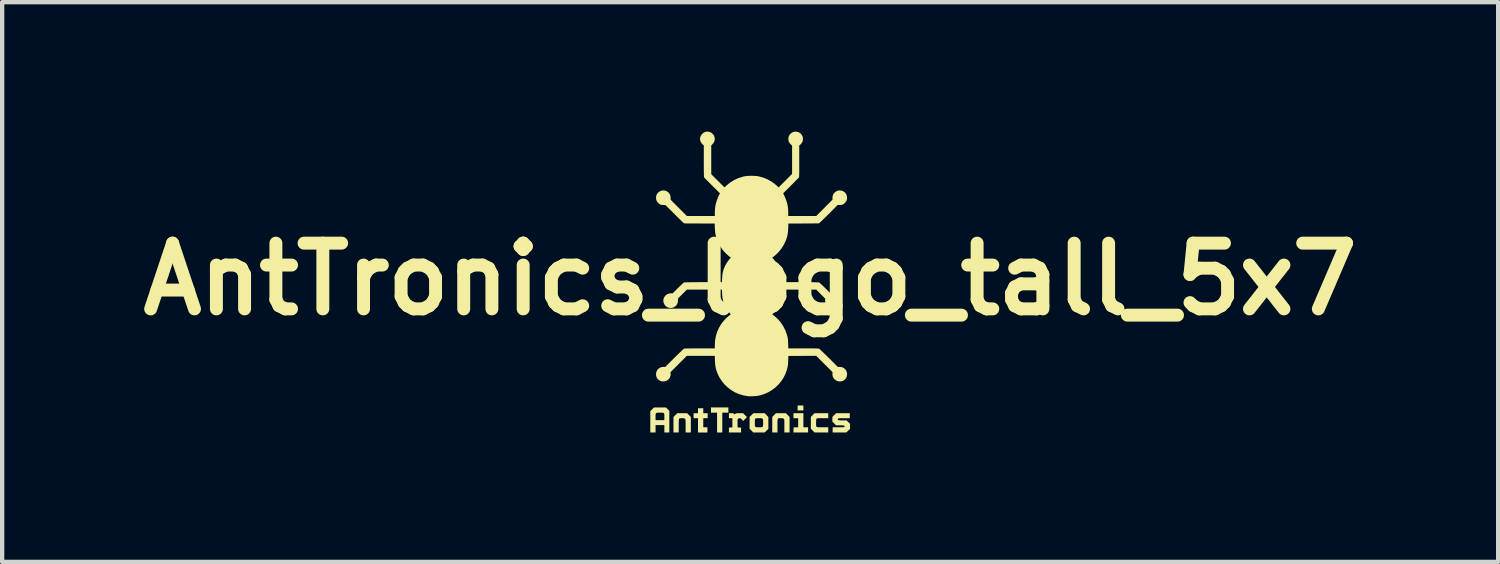
<source format=kicad_pcb>
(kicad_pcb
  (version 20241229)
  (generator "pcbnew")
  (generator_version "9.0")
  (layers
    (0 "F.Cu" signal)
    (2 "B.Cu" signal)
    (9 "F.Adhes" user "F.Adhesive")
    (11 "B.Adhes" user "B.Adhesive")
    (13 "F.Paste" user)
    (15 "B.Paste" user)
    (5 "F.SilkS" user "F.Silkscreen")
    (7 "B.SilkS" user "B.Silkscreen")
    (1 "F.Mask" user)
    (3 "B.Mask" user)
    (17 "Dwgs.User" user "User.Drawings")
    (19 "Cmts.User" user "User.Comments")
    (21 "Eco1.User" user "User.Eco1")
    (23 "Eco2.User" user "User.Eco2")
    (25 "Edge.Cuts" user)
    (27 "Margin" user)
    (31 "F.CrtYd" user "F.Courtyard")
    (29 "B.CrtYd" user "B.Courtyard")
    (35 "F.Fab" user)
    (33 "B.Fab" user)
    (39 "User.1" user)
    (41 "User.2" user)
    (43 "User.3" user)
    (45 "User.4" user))
  (footprint "AntTronics_logo_tall_5x7"
    (layer "F.Cu")
    (at 14.34 3.421)
    (property "Reference" "AntTronics_logo_tall_5x7" (at 0 0 0) (layer "F.SilkS") (effects (font (size 1.524 1.524) (thickness 0.3))))
    (attr board_only exclude_from_pos_files exclude_from_bom)
    (fp_poly (pts (xy 1.234 3.044) (xy 1.1 3.044) (xy 1.1 2.929) (xy 1.234 2.929)) (stroke (width 0) (type solid)) (fill yes) (layer "F.SilkS"))
    (fp_poly (pts (xy -0.505 3.095) (xy -0.646 3.095) (xy -0.646 3.555) (xy -0.767 3.555) (xy -0.767 3.095) (xy -0.908 3.095) (xy -0.908 2.974) (xy -0.505 2.974)) (stroke (width 0) (type solid)) (fill yes) (layer "F.SilkS"))
    (fp_poly (pts (xy 1.234 3.434) (xy 1.343 3.434) (xy 1.343 3.555) (xy 1.003 3.555) (xy 1.005 3.496) (xy 1.007 3.437) (xy 1.113 3.433) (xy 1.113 3.223) (xy 1.004 3.223) (xy 1.004 3.108) (xy 1.234 3.108)) (stroke (width 0) (type solid)) (fill yes) (layer "F.SilkS"))
    (fp_poly (pts (xy -1.087 3.108) (xy -0.985 3.108) (xy -0.985 3.223) (xy -1.087 3.223) (xy -1.087 3.434) (xy -0.991 3.434) (xy -0.991 3.555) (xy -1.209 3.555) (xy -1.209 3.223) (xy -1.311 3.223) (xy -1.311 3.108) (xy -1.209 3.108) (xy -1.209 2.993) (xy -1.087 2.993)) (stroke (width 0) (type solid)) (fill yes) (layer "F.SilkS"))
    (fp_poly (pts (xy -1.913 3.014) (xy -1.874 3.054) (xy -1.874 3.555) (xy -1.989 3.555) (xy -1.989 3.383) (xy -2.193 3.383) (xy -2.193 3.555) (xy -2.315 3.555) (xy -2.315 3.186) (xy -2.193 3.186) (xy -2.193 3.192) (xy -2.193 3.268) (xy -1.989 3.268) (xy -1.989 3.193) (xy -1.989 3.156) (xy -1.991 3.13) (xy -1.996 3.113) (xy -2.006 3.102) (xy -2.024 3.097) (xy -2.05 3.095) (xy -2.087 3.095) (xy -2.09 3.095) (xy -2.128 3.095) (xy -2.156 3.097) (xy -2.174 3.101) (xy -2.185 3.111) (xy -2.191 3.127) (xy -2.193 3.152) (xy -2.193 3.186) (xy -2.315 3.186) (xy -2.315 3.06) (xy -2.228 2.974) (xy -1.953 2.974)) (stroke (width 0) (type solid)) (fill yes) (layer "F.SilkS"))
    (fp_poly (pts (xy -1.375 3.195) (xy -1.375 3.555) (xy -1.496 3.555) (xy -1.496 3.403) (xy -1.496 3.355) (xy -1.497 3.318) (xy -1.497 3.291) (xy -1.498 3.271) (xy -1.5 3.258) (xy -1.502 3.249) (xy -1.505 3.243) (xy -1.509 3.239) (xy -1.511 3.237) (xy -1.52 3.23) (xy -1.531 3.226) (xy -1.548 3.224) (xy -1.574 3.223) (xy -1.581 3.223) (xy -1.603 3.223) (xy -1.62 3.224) (xy -1.633 3.226) (xy -1.643 3.233) (xy -1.649 3.244) (xy -1.653 3.262) (xy -1.655 3.288) (xy -1.656 3.322) (xy -1.656 3.368) (xy -1.656 3.401) (xy -1.656 3.555) (xy -1.778 3.555) (xy -1.778 3.194) (xy -1.691 3.108) (xy -1.461 3.108)) (stroke (width 0) (type solid)) (fill yes) (layer "F.SilkS"))
    (fp_poly (pts (xy 0.914 3.195) (xy 0.914 3.555) (xy 0.793 3.555) (xy 0.793 3.403) (xy 0.793 3.355) (xy 0.793 3.318) (xy 0.792 3.291) (xy 0.791 3.271) (xy 0.79 3.258) (xy 0.787 3.249) (xy 0.784 3.243) (xy 0.78 3.239) (xy 0.778 3.237) (xy 0.769 3.23) (xy 0.758 3.226) (xy 0.741 3.224) (xy 0.716 3.223) (xy 0.709 3.223) (xy 0.687 3.223) (xy 0.669 3.224) (xy 0.656 3.226) (xy 0.646 3.233) (xy 0.64 3.244) (xy 0.636 3.262) (xy 0.634 3.288) (xy 0.633 3.322) (xy 0.633 3.368) (xy 0.633 3.401) (xy 0.633 3.555) (xy 0.512 3.555) (xy 0.512 3.194) (xy 0.598 3.108) (xy 0.828 3.108)) (stroke (width 0) (type solid)) (fill yes) (layer "F.SilkS"))
    (fp_poly (pts (xy 1.81 3.223) (xy 1.68 3.223) (xy 1.635 3.223) (xy 1.602 3.223) (xy 1.578 3.224) (xy 1.561 3.226) (xy 1.55 3.228) (xy 1.544 3.231) (xy 1.539 3.235) (xy 1.539 3.235) (xy 1.534 3.242) (xy 1.531 3.253) (xy 1.53 3.27) (xy 1.529 3.296) (xy 1.528 3.33) (xy 1.529 3.364) (xy 1.529 3.389) (xy 1.531 3.405) (xy 1.534 3.415) (xy 1.538 3.422) (xy 1.54 3.423) (xy 1.546 3.427) (xy 1.554 3.43) (xy 1.568 3.432) (xy 1.588 3.433) (xy 1.616 3.434) (xy 1.655 3.434) (xy 1.681 3.434) (xy 1.81 3.434) (xy 1.81 3.555) (xy 1.493 3.555) (xy 1.407 3.469) (xy 1.407 3.194) (xy 1.493 3.108) (xy 1.81 3.108)) (stroke (width 0) (type solid)) (fill yes) (layer "F.SilkS"))
    (fp_poly (pts (xy -0.413 3.108) (xy -0.395 3.11) (xy -0.383 3.114) (xy -0.374 3.121) (xy -0.373 3.122) (xy -0.358 3.136) (xy -0.343 3.122) (xy -0.336 3.116) (xy -0.328 3.112) (xy -0.316 3.11) (xy -0.297 3.108) (xy -0.27 3.108) (xy -0.246 3.108) (xy -0.163 3.108) (xy -0.118 3.153) (xy -0.074 3.197) (xy -0.118 3.243) (xy -0.163 3.288) (xy -0.192 3.255) (xy -0.21 3.237) (xy -0.223 3.227) (xy -0.236 3.223) (xy -0.244 3.223) (xy -0.268 3.228) (xy -0.28 3.238) (xy -0.286 3.245) (xy -0.29 3.252) (xy -0.292 3.263) (xy -0.293 3.279) (xy -0.293 3.303) (xy -0.293 3.337) (xy -0.293 3.345) (xy -0.291 3.437) (xy -0.251 3.439) (xy -0.211 3.441) (xy -0.211 3.555) (xy -0.492 3.555) (xy -0.492 3.441) (xy -0.452 3.439) (xy -0.412 3.437) (xy -0.412 3.226) (xy -0.452 3.224) (xy -0.492 3.222) (xy -0.492 3.108) (xy -0.44 3.108)) (stroke (width 0) (type solid)) (fill yes) (layer "F.SilkS"))
    (fp_poly (pts (xy 2.309 3.223) (xy 2.178 3.223) (xy 2.134 3.223) (xy 2.101 3.223) (xy 2.077 3.224) (xy 2.061 3.225) (xy 2.05 3.227) (xy 2.043 3.23) (xy 2.038 3.234) (xy 2.036 3.236) (xy 2.028 3.246) (xy 2.029 3.253) (xy 2.039 3.262) (xy 2.047 3.267) (xy 2.056 3.27) (xy 2.07 3.272) (xy 2.091 3.274) (xy 2.122 3.274) (xy 2.145 3.274) (xy 2.235 3.274) (xy 2.275 3.314) (xy 2.315 3.354) (xy 2.315 3.47) (xy 2.228 3.555) (xy 1.912 3.555) (xy 1.912 3.434) (xy 2.046 3.434) (xy 2.091 3.434) (xy 2.126 3.433) (xy 2.151 3.432) (xy 2.168 3.431) (xy 2.179 3.429) (xy 2.185 3.426) (xy 2.187 3.424) (xy 2.191 3.415) (xy 2.187 3.405) (xy 2.184 3.402) (xy 2.178 3.397) (xy 2.17 3.393) (xy 2.158 3.391) (xy 2.14 3.39) (xy 2.113 3.389) (xy 2.082 3.389) (xy 1.992 3.389) (xy 1.949 3.346) (xy 1.906 3.303) (xy 1.906 3.194) (xy 1.949 3.151) (xy 1.992 3.108) (xy 2.309 3.108)) (stroke (width 0) (type solid)) (fill yes) (layer "F.SilkS"))
    (fp_poly (pts (xy 0.422 3.195) (xy 0.422 3.47) (xy 0.335 3.555) (xy 0.073 3.555) (xy 0.03 3.512) (xy -0.013 3.469) (xy -0.013 3.32) (xy 0.109 3.32) (xy 0.109 3.327) (xy 0.109 3.367) (xy 0.11 3.395) (xy 0.115 3.414) (xy 0.124 3.425) (xy 0.139 3.431) (xy 0.161 3.434) (xy 0.193 3.434) (xy 0.204 3.434) (xy 0.237 3.434) (xy 0.26 3.432) (xy 0.276 3.43) (xy 0.285 3.426) (xy 0.289 3.423) (xy 0.294 3.417) (xy 0.297 3.408) (xy 0.299 3.394) (xy 0.3 3.372) (xy 0.301 3.34) (xy 0.301 3.333) (xy 0.3 3.299) (xy 0.3 3.275) (xy 0.298 3.26) (xy 0.295 3.249) (xy 0.29 3.242) (xy 0.287 3.238) (xy 0.28 3.231) (xy 0.271 3.227) (xy 0.259 3.224) (xy 0.24 3.223) (xy 0.212 3.223) (xy 0.202 3.223) (xy 0.168 3.223) (xy 0.143 3.225) (xy 0.126 3.23) (xy 0.116 3.24) (xy 0.111 3.257) (xy 0.109 3.284) (xy 0.109 3.32) (xy -0.013 3.32) (xy -0.013 3.194) (xy 0.031 3.151) (xy 0.074 3.108) (xy 0.336 3.108)) (stroke (width 0) (type solid)) (fill yes) (layer "F.SilkS"))
    (fp_poly (pts (xy -0.945 -3.414) (xy -0.904 -3.397) (xy -0.869 -3.369) (xy -0.842 -3.333) (xy -0.825 -3.289) (xy -0.82 -3.244) (xy -0.827 -3.201) (xy -0.847 -3.16) (xy -0.87 -3.132) (xy -0.902 -3.099) (xy -0.902 -2.433) (xy -0.749 -2.28) (xy -0.596 -2.127) (xy -0.549 -2.171) (xy -0.467 -2.237) (xy -0.379 -2.293) (xy -0.283 -2.338) (xy -0.182 -2.371) (xy -0.132 -2.384) (xy -0.095 -2.389) (xy -0.049 -2.393) (xy 0.002 -2.395) (xy 0.056 -2.395) (xy 0.108 -2.393) (xy 0.156 -2.39) (xy 0.194 -2.384) (xy 0.198 -2.383) (xy 0.301 -2.355) (xy 0.399 -2.315) (xy 0.491 -2.264) (xy 0.575 -2.203) (xy 0.613 -2.171) (xy 0.66 -2.127) (xy 0.816 -2.283) (xy 0.972 -2.44) (xy 0.972 -3.096) (xy 0.937 -3.129) (xy 0.916 -3.152) (xy 0.903 -3.172) (xy 0.893 -3.195) (xy 0.892 -3.2) (xy 0.885 -3.245) (xy 0.888 -3.288) (xy 0.902 -3.326) (xy 0.924 -3.36) (xy 0.953 -3.387) (xy 0.988 -3.407) (xy 1.026 -3.418) (xy 1.068 -3.42) (xy 1.111 -3.41) (xy 1.131 -3.402) (xy 1.169 -3.376) (xy 1.197 -3.344) (xy 1.217 -3.302) (xy 1.219 -3.294) (xy 1.225 -3.252) (xy 1.22 -3.209) (xy 1.204 -3.168) (xy 1.178 -3.133) (xy 1.164 -3.12) (xy 1.138 -3.099) (xy 1.138 -2.736) (xy 1.138 -2.654) (xy 1.138 -2.581) (xy 1.138 -2.518) (xy 1.137 -2.464) (xy 1.136 -2.421) (xy 1.135 -2.389) (xy 1.134 -2.369) (xy 1.133 -2.361) (xy 1.127 -2.355) (xy 1.113 -2.34) (xy 1.092 -2.318) (xy 1.065 -2.29) (xy 1.033 -2.258) (xy 0.997 -2.221) (xy 0.958 -2.182) (xy 0.946 -2.17) (xy 0.765 -1.99) (xy 0.798 -1.921) (xy 0.832 -1.84) (xy 0.857 -1.762) (xy 0.873 -1.685) (xy 0.881 -1.604) (xy 0.882 -1.549) (xy 0.882 -1.464) (xy 1.532 -1.464) (xy 1.72 -1.653) (xy 1.908 -1.841) (xy 1.909 -1.888) (xy 1.912 -1.925) (xy 1.92 -1.955) (xy 1.937 -1.982) (xy 1.956 -2.004) (xy 1.992 -2.034) (xy 2.033 -2.052) (xy 2.077 -2.057) (xy 2.123 -2.051) (xy 2.126 -2.05) (xy 2.167 -2.032) (xy 2.2 -2.006) (xy 2.224 -1.973) (xy 2.24 -1.935) (xy 2.247 -1.895) (xy 2.245 -1.854) (xy 2.232 -1.815) (xy 2.209 -1.779) (xy 2.192 -1.762) (xy 2.163 -1.739) (xy 2.133 -1.725) (xy 2.099 -1.719) (xy 2.074 -1.718) (xy 2.028 -1.718) (xy 1.818 -1.508) (xy 1.775 -1.465) (xy 1.735 -1.425) (xy 1.697 -1.389) (xy 1.664 -1.357) (xy 1.637 -1.331) (xy 1.615 -1.311) (xy 1.601 -1.299) (xy 1.595 -1.294) (xy 1.587 -1.294) (xy 1.567 -1.293) (xy 1.536 -1.293) (xy 1.496 -1.292) (xy 1.449 -1.291) (xy 1.394 -1.291) (xy 1.334 -1.29) (xy 1.27 -1.29) (xy 1.234 -1.29) (xy 0.886 -1.289) (xy 0.882 -1.183) (xy 0.878 -1.117) (xy 0.872 -1.06) (xy 0.862 -1.008) (xy 0.848 -0.956) (xy 0.829 -0.902) (xy 0.825 -0.893) (xy 0.782 -0.8) (xy 0.727 -0.712) (xy 0.663 -0.632) (xy 0.589 -0.559) (xy 0.554 -0.531) (xy 0.511 -0.497) (xy 0.536 -0.471) (xy 0.59 -0.405) (xy 0.635 -0.331) (xy 0.67 -0.251) (xy 0.696 -0.164) (xy 0.712 -0.073) (xy 0.716 0.011) (xy 0.716 0.07) (xy 1.147 0.07) (xy 1.247 0.07) (xy 1.335 0.071) (xy 1.409 0.071) (xy 1.471 0.072) (xy 1.521 0.073) (xy 1.558 0.074) (xy 1.583 0.075) (xy 1.596 0.077) (xy 1.597 0.077) (xy 1.606 0.083) (xy 1.623 0.097) (xy 1.646 0.118) (xy 1.674 0.144) (xy 1.705 0.174) (xy 1.738 0.207) (xy 1.861 0.329) (xy 1.904 0.33) (xy 1.948 0.334) (xy 1.984 0.348) (xy 2.017 0.37) (xy 2.023 0.376) (xy 2.052 0.412) (xy 2.07 0.451) (xy 2.077 0.493) (xy 2.074 0.534) (xy 2.061 0.574) (xy 2.038 0.609) (xy 2.005 0.638) (xy 1.99 0.648) (xy 1.946 0.665) (xy 1.902 0.67) (xy 1.858 0.662) (xy 1.817 0.643) (xy 1.796 0.627) (xy 1.766 0.595) (xy 1.747 0.559) (xy 1.739 0.516) (xy 1.738 0.496) (xy 1.739 0.451) (xy 1.532 0.243) (xy 0.716 0.243) (xy 0.716 0.302) (xy 0.71 0.402) (xy 0.693 0.496) (xy 0.665 0.584) (xy 0.625 0.666) (xy 0.574 0.743) (xy 0.553 0.769) (xy 0.513 0.817) (xy 0.543 0.839) (xy 0.574 0.864) (xy 0.61 0.896) (xy 0.647 0.933) (xy 0.681 0.97) (xy 0.709 1.004) (xy 0.71 1.005) (xy 0.768 1.093) (xy 0.815 1.187) (xy 0.851 1.286) (xy 0.86 1.317) (xy 0.867 1.346) (xy 0.872 1.372) (xy 0.876 1.4) (xy 0.878 1.432) (xy 0.88 1.472) (xy 0.881 1.495) (xy 0.884 1.605) (xy 1.231 1.605) (xy 1.318 1.605) (xy 1.393 1.606) (xy 1.457 1.606) (xy 1.51 1.607) (xy 1.55 1.608) (xy 1.578 1.61) (xy 1.594 1.611) (xy 1.597 1.612) (xy 1.605 1.618) (xy 1.621 1.632) (xy 1.644 1.653) (xy 1.673 1.68) (xy 1.707 1.713) (xy 1.746 1.75) (xy 1.787 1.791) (xy 1.824 1.827) (xy 2.033 2.036) (xy 2.072 2.034) (xy 2.117 2.038) (xy 2.157 2.053) (xy 2.192 2.078) (xy 2.22 2.111) (xy 2.238 2.15) (xy 2.247 2.194) (xy 2.247 2.206) (xy 2.241 2.252) (xy 2.224 2.292) (xy 2.198 2.326) (xy 2.163 2.351) (xy 2.122 2.367) (xy 2.079 2.372) (xy 2.034 2.367) (xy 1.994 2.35) (xy 1.959 2.325) (xy 1.932 2.293) (xy 1.914 2.255) (xy 1.907 2.213) (xy 1.908 2.187) (xy 1.911 2.157) (xy 1.531 1.778) (xy 0.886 1.781) (xy 0.882 1.886) (xy 0.879 1.935) (xy 0.877 1.974) (xy 0.873 2.008) (xy 0.867 2.04) (xy 0.859 2.073) (xy 0.85 2.106) (xy 0.816 2.2) (xy 0.771 2.289) (xy 0.716 2.372) (xy 0.652 2.447) (xy 0.579 2.516) (xy 0.499 2.575) (xy 0.413 2.626) (xy 0.321 2.666) (xy 0.224 2.695) (xy 0.19 2.702) (xy 0.151 2.708) (xy 0.104 2.712) (xy 0.054 2.714) (xy 0.004 2.715) (xy -0.04 2.714) (xy -0.069 2.711) (xy -0.17 2.692) (xy -0.267 2.661) (xy -0.359 2.62) (xy -0.445 2.568) (xy -0.525 2.507) (xy -0.598 2.436) (xy -0.661 2.358) (xy -0.716 2.272) (xy -0.757 2.186) (xy -0.779 2.128) (xy -0.795 2.073) (xy -0.806 2.017) (xy -0.813 1.955) (xy -0.817 1.888) (xy -0.82 1.778) (xy -1.468 1.778) (xy -1.847 2.157) (xy -1.844 2.187) (xy -1.845 2.231) (xy -1.857 2.271) (xy -1.878 2.307) (xy -1.908 2.337) (xy -1.945 2.358) (xy -1.988 2.37) (xy -2.015 2.372) (xy -2.061 2.367) (xy -2.101 2.35) (xy -2.135 2.324) (xy -2.161 2.291) (xy -2.177 2.25) (xy -2.183 2.206) (xy -2.177 2.161) (xy -2.161 2.12) (xy -2.135 2.085) (xy -2.102 2.059) (xy -2.063 2.041) (xy -2.019 2.034) (xy -2.008 2.034) (xy -1.969 2.036) (xy -1.76 1.827) (xy -1.717 1.784) (xy -1.676 1.744) (xy -1.638 1.708) (xy -1.604 1.675) (xy -1.576 1.649) (xy -1.554 1.629) (xy -1.539 1.616) (xy -1.533 1.612) (xy -1.522 1.61) (xy -1.498 1.609) (xy -1.462 1.607) (xy -1.414 1.607) (xy -1.354 1.606) (xy -1.283 1.605) (xy -1.201 1.605) (xy -1.167 1.605) (xy -0.819 1.605) (xy -0.819 1.524) (xy -0.813 1.419) (xy -0.795 1.319) (xy -0.766 1.223) (xy -0.724 1.13) (xy -0.675 1.046) (xy -0.642 1.002) (xy -0.603 0.955) (xy -0.56 0.91) (xy -0.517 0.87) (xy -0.494 0.851) (xy -0.449 0.816) (xy -0.479 0.781) (xy -0.531 0.713) (xy -0.573 0.644) (xy -0.606 0.568) (xy -0.61 0.556) (xy -0.626 0.508) (xy -0.637 0.462) (xy -0.645 0.412) (xy -0.649 0.355) (xy -0.65 0.331) (xy -0.654 0.243) (xy -1.467 0.243) (xy -1.57 0.346) (xy -1.674 0.449) (xy -1.674 0.495) (xy -1.678 0.54) (xy -1.692 0.579) (xy -1.717 0.613) (xy -1.732 0.627) (xy -1.769 0.652) (xy -1.809 0.666) (xy -1.851 0.669) (xy -1.893 0.662) (xy -1.931 0.645) (xy -1.965 0.618) (xy -1.981 0.598) (xy -2.003 0.555) (xy -2.013 0.512) (xy -2.011 0.468) (xy -1.997 0.426) (xy -1.97 0.388) (xy -1.959 0.376) (xy -1.927 0.351) (xy -1.891 0.336) (xy -1.849 0.33) (xy -1.84 0.33) (xy -1.797 0.329) (xy -1.674 0.207) (xy -1.641 0.174) (xy -1.609 0.144) (xy -1.582 0.118) (xy -1.559 0.097) (xy -1.542 0.083) (xy -1.533 0.077) (xy -1.522 0.076) (xy -1.499 0.074) (xy -1.464 0.073) (xy -1.417 0.072) (xy -1.357 0.071) (xy -1.284 0.071) (xy -1.199 0.07) (xy -1.101 0.07) (xy -1.084 0.07) (xy -0.654 0.07) (xy -0.651 -0.014) (xy -0.648 -0.052) (xy -0.645 -0.09) (xy -0.64 -0.125) (xy -0.636 -0.15) (xy -0.614 -0.231) (xy -0.581 -0.31) (xy -0.539 -0.384) (xy -0.491 -0.45) (xy -0.479 -0.464) (xy -0.448 -0.498) (xy -0.491 -0.531) (xy -0.567 -0.599) (xy -0.635 -0.675) (xy -0.694 -0.759) (xy -0.742 -0.85) (xy -0.78 -0.947) (xy -0.803 -1.031) (xy -0.807 -1.054) (xy -0.811 -1.086) (xy -0.814 -1.124) (xy -0.817 -1.164) (xy -0.818 -1.183) (xy -0.822 -1.289) (xy -1.161 -1.29) (xy -1.226 -1.29) (xy -1.288 -1.291) (xy -1.345 -1.291) (xy -1.396 -1.291) (xy -1.44 -1.291) (xy -1.475 -1.291) (xy -1.501 -1.292) (xy -1.516 -1.292) (xy -1.519 -1.292) (xy -1.524 -1.293) (xy -1.531 -1.296) (xy -1.541 -1.303) (xy -1.554 -1.314) (xy -1.571 -1.329) (xy -1.593 -1.35) (xy -1.621 -1.377) (xy -1.656 -1.41) (xy -1.698 -1.452) (xy -1.747 -1.501) (xy -1.75 -1.504) (xy -1.963 -1.717) (xy -2.01 -1.718) (xy -2.05 -1.721) (xy -2.082 -1.73) (xy -2.111 -1.747) (xy -2.128 -1.761) (xy -2.158 -1.796) (xy -2.176 -1.836) (xy -2.183 -1.882) (xy -2.183 -1.887) (xy -2.178 -1.931) (xy -2.162 -1.97) (xy -2.138 -2.003) (xy -2.108 -2.028) (xy -2.072 -2.046) (xy -2.034 -2.056) (xy -1.994 -2.056) (xy -1.954 -2.047) (xy -1.916 -2.027) (xy -1.893 -2.007) (xy -1.868 -1.976) (xy -1.852 -1.942) (xy -1.845 -1.901) (xy -1.844 -1.887) (xy -1.843 -1.84) (xy -1.468 -1.464) (xy -0.819 -1.464) (xy -0.819 -1.546) (xy -0.815 -1.637) (xy -0.802 -1.721) (xy -0.78 -1.803) (xy -0.749 -1.887) (xy -0.734 -1.921) (xy -0.701 -1.99) (xy -0.882 -2.17) (xy -0.922 -2.21) (xy -0.959 -2.247) (xy -0.992 -2.281) (xy -1.021 -2.31) (xy -1.044 -2.334) (xy -1.06 -2.351) (xy -1.068 -2.36) (xy -1.069 -2.362) (xy -1.07 -2.37) (xy -1.071 -2.392) (xy -1.072 -2.424) (xy -1.073 -2.468) (xy -1.074 -2.521) (xy -1.074 -2.585) (xy -1.075 -2.657) (xy -1.075 -2.736) (xy -1.074 -3.1) (xy -1.097 -3.117) (xy -1.12 -3.141) (xy -1.14 -3.172) (xy -1.155 -3.206) (xy -1.161 -3.23) (xy -1.161 -3.273) (xy -1.149 -3.313) (xy -1.128 -3.35) (xy -1.099 -3.38) (xy -1.064 -3.404) (xy -1.024 -3.418) (xy -0.992 -3.421)) (stroke (width 0) (type solid)) (fill yes) (layer "F.SilkS")))
  (gr_rect
    (start -3 -3)
    (end 31.68 9.976)
    (stroke (width 0.1) (type default))
    (fill no)
    (layer "Edge.Cuts")))
</source>
